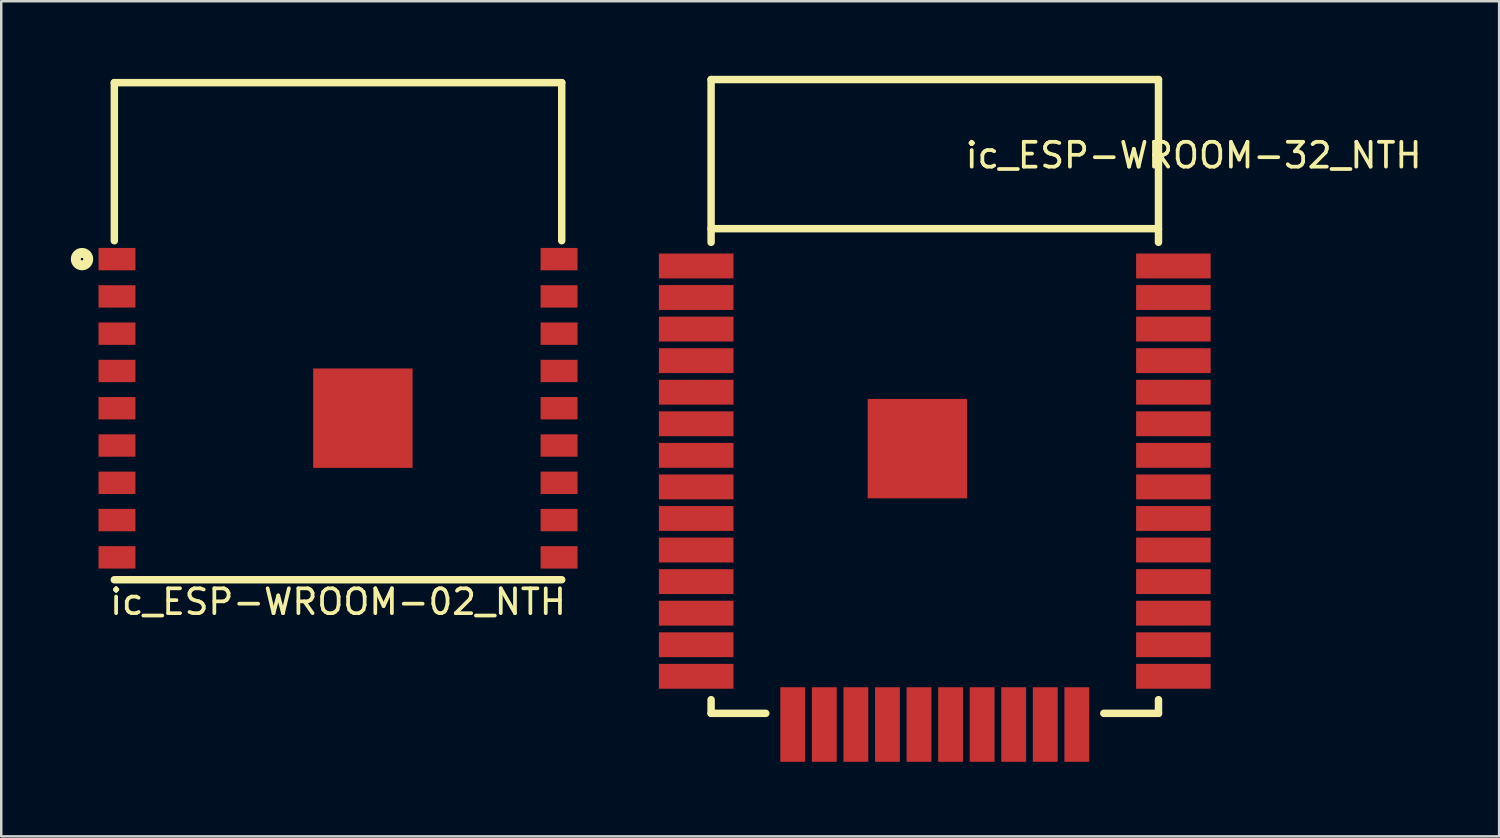
<source format=kicad_pcb>
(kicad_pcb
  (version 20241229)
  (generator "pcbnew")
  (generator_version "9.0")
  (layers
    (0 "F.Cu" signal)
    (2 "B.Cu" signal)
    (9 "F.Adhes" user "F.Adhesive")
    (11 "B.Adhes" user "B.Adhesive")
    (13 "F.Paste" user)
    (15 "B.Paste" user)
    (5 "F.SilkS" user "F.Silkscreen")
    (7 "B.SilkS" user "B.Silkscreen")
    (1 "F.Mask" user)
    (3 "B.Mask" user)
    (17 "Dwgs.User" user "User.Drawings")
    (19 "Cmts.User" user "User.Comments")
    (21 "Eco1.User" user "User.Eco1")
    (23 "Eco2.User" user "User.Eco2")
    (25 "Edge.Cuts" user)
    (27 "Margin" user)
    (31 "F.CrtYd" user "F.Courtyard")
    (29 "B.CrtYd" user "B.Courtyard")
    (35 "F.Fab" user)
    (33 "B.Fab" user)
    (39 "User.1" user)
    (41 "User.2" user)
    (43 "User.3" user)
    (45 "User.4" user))
  (footprint "ic_ESP-WROOM-02_NTH"
    (layer "F.Cu")
    (at 10.55 12.275)
    (property "Reference" "ic_ESP-WROOM-02_NTH" (at 0 8.89 180) (layer "F.SilkS") (effects (font (size 1 1) (thickness 0.15))))
    (attr smd)
    (fp_line (start -9 -12) (end -9 -5.64) (stroke (width 0.3) (type solid)) (layer "F.SilkS"))
    (fp_line (start -9 -12) (end 9 -12) (stroke (width 0.3) (type solid)) (layer "F.SilkS"))
    (fp_line (start -9 8) (end 9 8) (stroke (width 0.3) (type solid)) (layer "F.SilkS"))
    (fp_line (start 9 -12) (end 9 -5.64) (stroke (width 0.3) (type solid)) (layer "F.SilkS"))
    (fp_circle (center -10.3 -4.9) (end -10.25 -4.9) (stroke (width 0.4) (type solid)) (fill no) (layer "F.SilkS"))
    (fp_line (start -9.885 -12.25) (end 9.885 -12.25) (stroke (width 0.05) (type solid)) (layer "Eco1.User"))
    (fp_line (start -9.885 8.25) (end -9.885 -12.25) (stroke (width 0.05) (type solid)) (layer "Eco1.User"))
    (fp_line (start 9.885 -12.25) (end 9.885 8.25) (stroke (width 0.05) (type solid)) (layer "Eco1.User"))
    (fp_line (start 9.885 8.25) (end -9.885 8.25) (stroke (width 0.05) (type solid)) (layer "Eco1.User"))
    (fp_line (start -9 -12) (end -9 8) (stroke (width 0.127) (type solid)) (layer "Eco2.User"))
    (fp_line (start -9 8) (end 9 8) (stroke (width 0.127) (type solid)) (layer "Eco2.User"))
    (fp_line (start -7.825 -5.1) (end -7.825 7.15) (stroke (width 0.127) (type solid)) (layer "Eco2.User"))
    (fp_line (start -7.825 7.15) (end 7.825 7.15) (stroke (width 0.127) (type solid)) (layer "Eco2.User"))
    (fp_line (start -7.62 -11.113) (end -5.397 -11.113) (stroke (width 0.406) (type solid)) (layer "Eco2.User"))
    (fp_line (start -7.62 -7.303) (end -7.62 -11.113) (stroke (width 0.406) (type solid)) (layer "Eco2.User"))
    (fp_line (start -5.397 -11.113) (end -5.397 -8.572) (stroke (width 0.406) (type solid)) (layer "Eco2.User"))
    (fp_line (start -5.397 -8.572) (end -3.175 -8.572) (stroke (width 0.406) (type solid)) (layer "Eco2.User"))
    (fp_line (start -3.175 -11.113) (end -0.953 -11.113) (stroke (width 0.406) (type solid)) (layer "Eco2.User"))
    (fp_line (start -3.175 -8.572) (end -3.175 -11.113) (stroke (width 0.406) (type solid)) (layer "Eco2.User"))
    (fp_line (start -0.953 -11.113) (end -0.953 -8.572) (stroke (width 0.406) (type solid)) (layer "Eco2.User"))
    (fp_line (start -0.953 -8.572) (end 1.27 -8.572) (stroke (width 0.406) (type solid)) (layer "Eco2.User"))
    (fp_line (start 1.27 -11.113) (end 3.493 -11.113) (stroke (width 0.406) (type solid)) (layer "Eco2.User"))
    (fp_line (start 1.27 -8.572) (end 1.27 -11.113) (stroke (width 0.406) (type solid)) (layer "Eco2.User"))
    (fp_line (start 3.493 -11.113) (end 3.493 -6.032) (stroke (width 0.406) (type solid)) (layer "Eco2.User"))
    (fp_line (start 3.493 -11.113) (end 5.715 -11.113) (stroke (width 0.406) (type solid)) (layer "Eco2.User"))
    (fp_line (start 5.715 -11.113) (end 5.715 -6.032) (stroke (width 0.406) (type solid)) (layer "Eco2.User"))
    (fp_line (start 7.825 -5.1) (end -7.825 -5.1) (stroke (width 0.127) (type solid)) (layer "Eco2.User"))
    (fp_line (start 7.825 7.15) (end 7.825 -5.1) (stroke (width 0.127) (type solid)) (layer "Eco2.User"))
    (fp_line (start 9 -12) (end -9 -12) (stroke (width 0.127) (type solid)) (layer "Eco2.User"))
    (fp_line (start 9 8) (end 9 -12) (stroke (width 0.127) (type solid)) (layer "Eco2.User"))
    (fp_circle (center -8.3 -6) (end -8.25 -6) (stroke (width 0.4) (type solid)) (fill no) (layer "Eco2.User"))
    (pad "1" smd rect (at -8.893 -4.9) (size 1.485 0.9) (layers "F.Cu" "F.Mask" "F.Paste"))
    (pad "2" smd rect (at -8.893 -3.4) (size 1.485 0.9) (layers "F.Cu" "F.Mask" "F.Paste"))
    (pad "3" smd rect (at -8.893 -1.9) (size 1.485 0.9) (layers "F.Cu" "F.Mask" "F.Paste"))
    (pad "4" smd rect (at -8.893 -0.4) (size 1.485 0.9) (layers "F.Cu" "F.Mask" "F.Paste"))
    (pad "5" smd rect (at -8.893 1.1) (size 1.485 0.9) (layers "F.Cu" "F.Mask" "F.Paste"))
    (pad "6" smd rect (at -8.893 2.6) (size 1.485 0.9) (layers "F.Cu" "F.Mask" "F.Paste"))
    (pad "7" smd rect (at -8.893 4.1) (size 1.485 0.9) (layers "F.Cu" "F.Mask" "F.Paste"))
    (pad "8" smd rect (at -8.893 5.6) (size 1.485 0.9) (layers "F.Cu" "F.Mask" "F.Paste"))
    (pad "9" smd rect (at -8.893 7.1) (size 1.485 0.9) (layers "F.Cu" "F.Mask" "F.Paste"))
    (pad "10" smd rect (at 8.893 7.1) (size 1.485 0.9) (layers "F.Cu" "F.Mask" "F.Paste"))
    (pad "11" smd rect (at 8.893 5.6) (size 1.485 0.9) (layers "F.Cu" "F.Mask" "F.Paste"))
    (pad "12" smd rect (at 8.893 4.1) (size 1.485 0.9) (layers "F.Cu" "F.Mask" "F.Paste"))
    (pad "13" smd rect (at 8.893 2.6) (size 1.485 0.9) (layers "F.Cu" "F.Mask" "F.Paste"))
    (pad "14" smd rect (at 8.893 1.1) (size 1.485 0.9) (layers "F.Cu" "F.Mask" "F.Paste"))
    (pad "15" smd rect (at 8.893 -0.4) (size 1.485 0.9) (layers "F.Cu" "F.Mask" "F.Paste"))
    (pad "16" smd rect (at 8.893 -1.9) (size 1.485 0.9) (layers "F.Cu" "F.Mask" "F.Paste"))
    (pad "17" smd rect (at 8.893 -3.4) (size 1.485 0.9) (layers "F.Cu" "F.Mask" "F.Paste"))
    (pad "18" smd rect (at 8.893 -4.9) (size 1.485 0.9) (layers "F.Cu" "F.Mask" "F.Paste"))
    (pad "19" smd rect (at 1 1.5) (size 4 4) (layers "F.Cu" "F.Mask" "F.Paste")))
  (footprint "ic_ESP-WROOM-32_NTH"
    (layer "F.Cu")
    (at 34.56 15.9)
    (property "Reference" "ic_ESP-WROOM-32_NTH" (at 10.414 -12.7 0) (layer "F.SilkS") (effects (font (size 1 1) (thickness 0.15))))
    (attr through_hole)
    (fp_line (start -9 -15.75) (end -9 -9.2) (stroke (width 0.3) (type solid)) (layer "F.SilkS"))
    (fp_line (start -9 -15.75) (end 9 -15.75) (stroke (width 0.3) (type solid)) (layer "F.SilkS"))
    (fp_line (start -9 -9.75) (end 9 -9.75) (stroke (width 0.3) (type solid)) (layer "F.SilkS"))
    (fp_line (start -9 9.2) (end -9 9.75) (stroke (width 0.3) (type solid)) (layer "F.SilkS"))
    (fp_line (start -9 9.75) (end -6.8 9.75) (stroke (width 0.3) (type solid)) (layer "F.SilkS"))
    (fp_line (start 6.8 9.75) (end 9 9.75) (stroke (width 0.3) (type solid)) (layer "F.SilkS"))
    (fp_line (start 9 -9.2) (end 9 -15.75) (stroke (width 0.3) (type solid)) (layer "F.SilkS"))
    (fp_line (start 9 9.75) (end 9 9.2) (stroke (width 0.3) (type solid)) (layer "F.SilkS"))
    (pad "1" smd rect (at -9.6 -8.25) (size 3 1) (layers "F.Cu" "F.Mask" "F.Paste"))
    (pad "2" smd rect (at -9.6 -6.98) (size 3 1) (layers "F.Cu" "F.Mask" "F.Paste"))
    (pad "3" smd rect (at -9.6 -5.71) (size 3 1) (layers "F.Cu" "F.Mask" "F.Paste"))
    (pad "4" smd rect (at -9.6 -4.44) (size 3 1) (layers "F.Cu" "F.Mask" "F.Paste"))
    (pad "5" smd rect (at -9.6 -3.17) (size 3 1) (layers "F.Cu" "F.Mask" "F.Paste"))
    (pad "6" smd rect (at -9.6 -1.9) (size 3 1) (layers "F.Cu" "F.Mask" "F.Paste"))
    (pad "7" smd rect (at -9.6 -0.63) (size 3 1) (layers "F.Cu" "F.Mask" "F.Paste"))
    (pad "8" smd rect (at -9.6 0.64) (size 3 1) (layers "F.Cu" "F.Mask" "F.Paste"))
    (pad "9" smd rect (at -9.6 1.91) (size 3 1) (layers "F.Cu" "F.Mask" "F.Paste"))
    (pad "10" smd rect (at -9.6 3.18) (size 3 1) (layers "F.Cu" "F.Mask" "F.Paste"))
    (pad "11" smd rect (at -9.6 4.45) (size 3 1) (layers "F.Cu" "F.Mask" "F.Paste"))
    (pad "12" smd rect (at -9.6 5.72) (size 3 1) (layers "F.Cu" "F.Mask" "F.Paste"))
    (pad "13" smd rect (at -9.6 6.99) (size 3 1) (layers "F.Cu" "F.Mask" "F.Paste"))
    (pad "14" smd rect (at -9.6 8.26) (size 3 1) (layers "F.Cu" "F.Mask" "F.Paste"))
    (pad "15" smd rect (at -5.715 10.2) (size 1 3) (layers "F.Cu" "F.Mask" "F.Paste"))
    (pad "16" smd rect (at -4.445 10.2) (size 1 3) (layers "F.Cu" "F.Mask" "F.Paste"))
    (pad "17" smd rect (at -3.175 10.2) (size 1 3) (layers "F.Cu" "F.Mask" "F.Paste"))
    (pad "18" smd rect (at -1.905 10.2) (size 1 3) (layers "F.Cu" "F.Mask" "F.Paste"))
    (pad "19" smd rect (at -0.635 10.2) (size 1 3) (layers "F.Cu" "F.Mask" "F.Paste"))
    (pad "20" smd rect (at 0.635 10.2) (size 1 3) (layers "F.Cu" "F.Mask" "F.Paste"))
    (pad "21" smd rect (at 1.905 10.2) (size 1 3) (layers "F.Cu" "F.Mask" "F.Paste"))
    (pad "22" smd rect (at 3.175 10.2) (size 1 3) (layers "F.Cu" "F.Mask" "F.Paste"))
    (pad "23" smd rect (at 4.445 10.2) (size 1 3) (layers "F.Cu" "F.Mask" "F.Paste"))
    (pad "24" smd rect (at 5.715 10.2) (size 1 3) (layers "F.Cu" "F.Mask" "F.Paste"))
    (pad "25" smd rect (at 9.6 8.26) (size 3 1) (layers "F.Cu" "F.Mask" "F.Paste"))
    (pad "26" smd rect (at 9.6 6.99) (size 3 1) (layers "F.Cu" "F.Mask" "F.Paste"))
    (pad "27" smd rect (at 9.6 5.72) (size 3 1) (layers "F.Cu" "F.Mask" "F.Paste"))
    (pad "28" smd rect (at 9.6 4.45) (size 3 1) (layers "F.Cu" "F.Mask" "F.Paste"))
    (pad "29" smd rect (at 9.6 3.18) (size 3 1) (layers "F.Cu" "F.Mask" "F.Paste"))
    (pad "30" smd rect (at 9.6 1.91) (size 3 1) (layers "F.Cu" "F.Mask" "F.Paste"))
    (pad "31" smd rect (at 9.6 0.64) (size 3 1) (layers "F.Cu" "F.Mask" "F.Paste"))
    (pad "32" smd rect (at 9.6 -0.63) (size 3 1) (layers "F.Cu" "F.Mask" "F.Paste"))
    (pad "33" smd rect (at 9.6 -1.9) (size 3 1) (layers "F.Cu" "F.Mask" "F.Paste"))
    (pad "34" smd rect (at 9.6 -3.17) (size 3 1) (layers "F.Cu" "F.Mask" "F.Paste"))
    (pad "35" smd rect (at 9.6 -4.44) (size 3 1) (layers "F.Cu" "F.Mask" "F.Paste"))
    (pad "36" smd rect (at 9.6 -5.71) (size 3 1) (layers "F.Cu" "F.Mask" "F.Paste"))
    (pad "37" smd rect (at 9.6 -6.98) (size 3 1) (layers "F.Cu" "F.Mask" "F.Paste"))
    (pad "38" smd rect (at 9.6 -8.25) (size 3 1) (layers "F.Cu" "F.Mask" "F.Paste"))
    (pad "40" smd rect (at -0.7 -0.9) (size 4 4) (layers "F.Cu" "F.Mask" "F.Paste")))
  (gr_rect
    (start -3 -3)
    (end 57.266 30.6)
    (stroke (width 0.1) (type default))
    (fill no)
    (layer "Edge.Cuts")))
</source>
